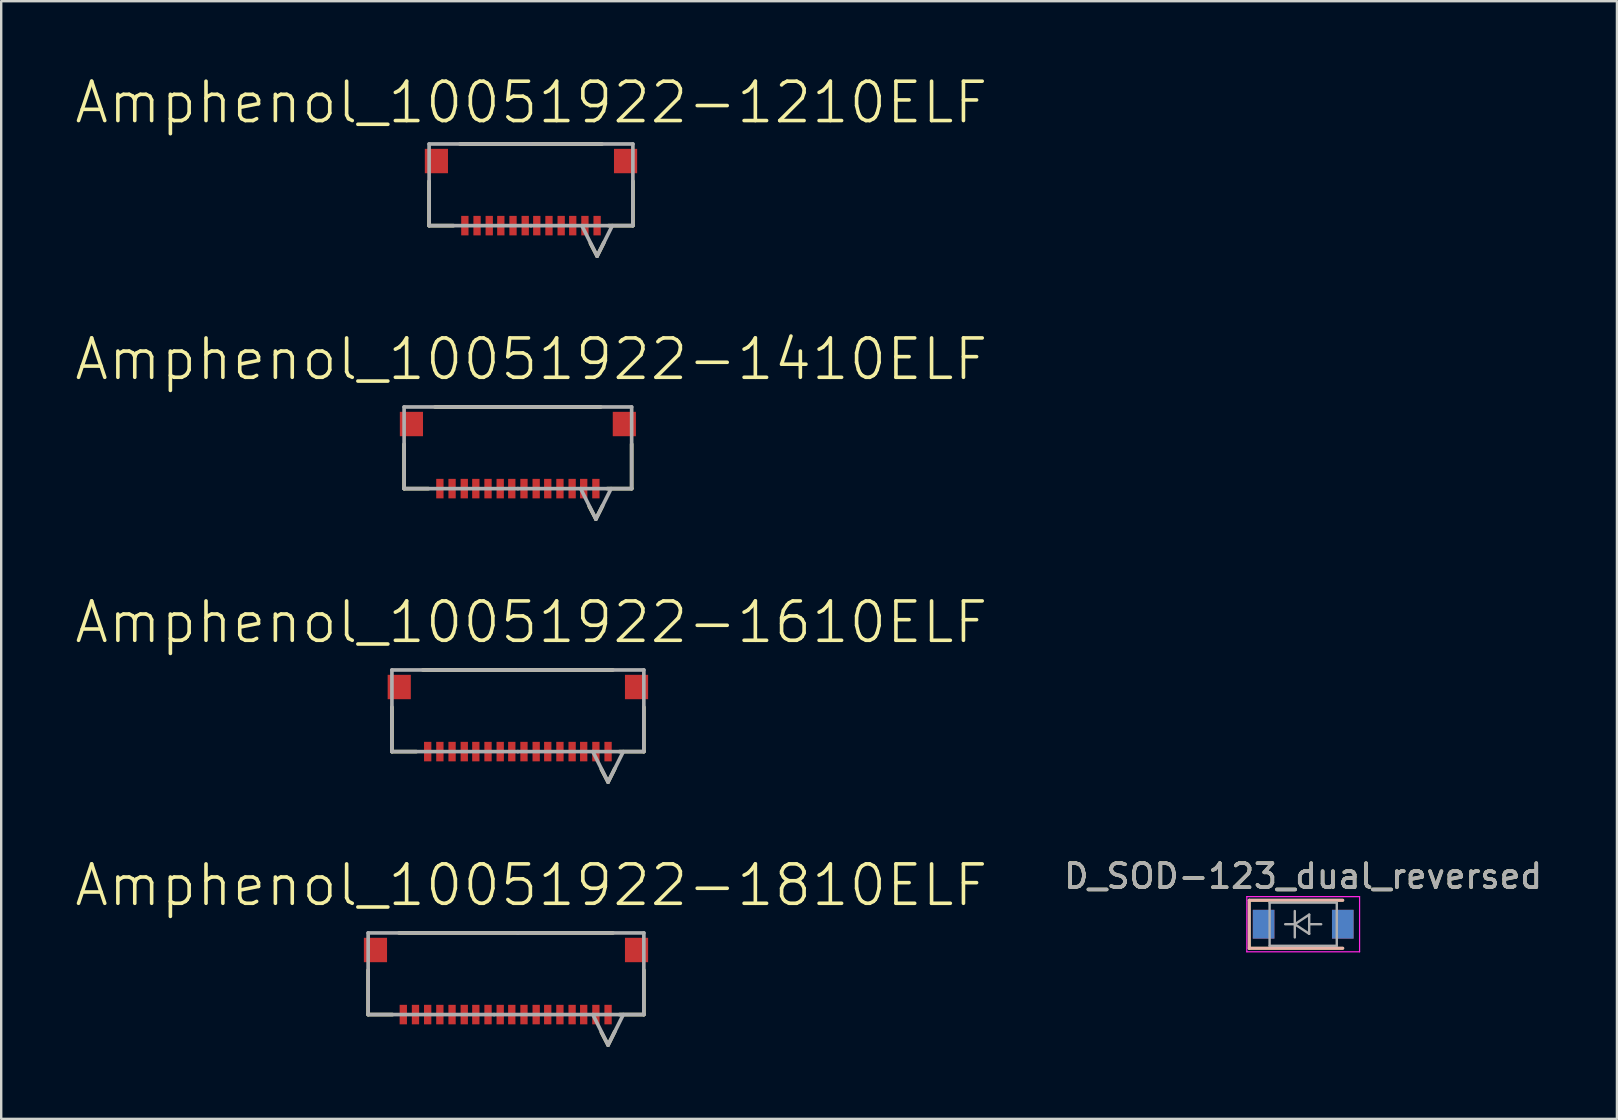
<source format=kicad_pcb>
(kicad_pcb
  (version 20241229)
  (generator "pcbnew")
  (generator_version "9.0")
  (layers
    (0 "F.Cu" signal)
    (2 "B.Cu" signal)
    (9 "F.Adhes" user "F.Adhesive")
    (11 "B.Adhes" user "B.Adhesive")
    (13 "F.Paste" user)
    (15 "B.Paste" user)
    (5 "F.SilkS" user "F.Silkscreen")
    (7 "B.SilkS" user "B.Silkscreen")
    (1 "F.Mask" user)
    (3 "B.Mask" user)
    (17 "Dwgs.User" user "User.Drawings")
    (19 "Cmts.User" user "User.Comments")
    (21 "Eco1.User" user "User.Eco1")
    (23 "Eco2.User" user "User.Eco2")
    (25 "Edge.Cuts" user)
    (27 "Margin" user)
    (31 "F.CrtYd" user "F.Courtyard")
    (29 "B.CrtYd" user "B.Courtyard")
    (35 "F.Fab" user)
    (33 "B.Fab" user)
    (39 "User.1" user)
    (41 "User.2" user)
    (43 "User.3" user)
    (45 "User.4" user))
  (footprint "Amphenol_10051922-1410ELF"
    (layer "F.Cu")
    (at 18.535 15.588)
    (property "Reference" "Amphenol_10051922-1410ELF" (at 0.559 -3.664 0) (layer "F.SilkS") (effects (font (size 1.641 1.641) (thickness 0.15))))
    (attr smd)
    (fp_line (start -4.742 1.727) (end -4.742 -0.127) (stroke (width 0.152) (type solid)) (layer "F.SilkS"))
    (fp_line (start -4.742 1.727) (end -3.726 1.727) (stroke (width 0.152) (type solid)) (layer "F.SilkS"))
    (fp_line (start 0 -1.676) (end -3.454 -1.676) (stroke (width 0.152) (type solid)) (layer "F.SilkS"))
    (fp_line (start 2.972 2.464) (end 3.251 2.997) (stroke (width 0.152) (type solid)) (layer "F.SilkS"))
    (fp_line (start 3.454 -1.676) (end 0 -1.676) (stroke (width 0.152) (type solid)) (layer "F.SilkS"))
    (fp_line (start 3.531 2.438) (end 3.251 2.997) (stroke (width 0.152) (type solid)) (layer "F.SilkS"))
    (fp_line (start 3.726 1.727) (end 4.742 1.727) (stroke (width 0.152) (type solid)) (layer "F.SilkS"))
    (fp_line (start 4.742 1.727) (end 4.742 -0.127) (stroke (width 0.152) (type solid)) (layer "F.SilkS"))
    (fp_line (start -4.742 -1.676) (end 0 -1.676) (stroke (width 0.152) (type solid)) (layer "F.Fab"))
    (fp_line (start -4.742 1.727) (end -4.742 -1.676) (stroke (width 0.152) (type solid)) (layer "F.Fab"))
    (fp_line (start -4.742 1.727) (end 0 1.727) (stroke (width 0.152) (type solid)) (layer "F.Fab"))
    (fp_line (start 0 -1.676) (end 4.742 -1.676) (stroke (width 0.152) (type solid)) (layer "F.Fab"))
    (fp_line (start 0 1.727) (end 4.742 1.727) (stroke (width 0.152) (type solid)) (layer "F.Fab"))
    (fp_line (start 2.616 1.727) (end 3.251 2.997) (stroke (width 0.152) (type solid)) (layer "F.Fab"))
    (fp_line (start 3.886 1.727) (end 3.251 2.997) (stroke (width 0.152) (type solid)) (layer "F.Fab"))
    (fp_line (start 4.742 1.727) (end 4.742 -1.676) (stroke (width 0.152) (type solid)) (layer "F.Fab"))
    (pad "1" smd rect (at 3.251 1.727 270) (size 0.813 0.305) (layers "F.Cu" "F.Mask" "F.Paste"))
    (pad "2" smd rect (at 2.743 1.727 270) (size 0.813 0.305) (layers "F.Cu" "F.Mask" "F.Paste"))
    (pad "3" smd rect (at 2.261 1.727 270) (size 0.813 0.305) (layers "F.Cu" "F.Mask" "F.Paste"))
    (pad "4" smd rect (at 1.753 1.727 270) (size 0.813 0.305) (layers "F.Cu" "F.Mask" "F.Paste"))
    (pad "5" smd rect (at 1.245 1.727 270) (size 0.813 0.305) (layers "F.Cu" "F.Mask" "F.Paste"))
    (pad "6" smd rect (at 0.762 1.727 270) (size 0.813 0.305) (layers "F.Cu" "F.Mask" "F.Paste"))
    (pad "7" smd rect (at 0.254 1.727 270) (size 0.813 0.305) (layers "F.Cu" "F.Mask" "F.Paste"))
    (pad "8" smd rect (at -0.254 1.727 270) (size 0.813 0.305) (layers "F.Cu" "F.Mask" "F.Paste"))
    (pad "9" smd rect (at -0.737 1.727 270) (size 0.813 0.305) (layers "F.Cu" "F.Mask" "F.Paste"))
    (pad "10" smd rect (at -1.245 1.727 270) (size 0.813 0.305) (layers "F.Cu" "F.Mask" "F.Paste"))
    (pad "11" smd rect (at -1.753 1.727 270) (size 0.813 0.305) (layers "F.Cu" "F.Mask" "F.Paste"))
    (pad "12" smd rect (at -2.235 1.727 270) (size 0.813 0.305) (layers "F.Cu" "F.Mask" "F.Paste"))
    (pad "13" smd rect (at -2.743 1.727 270) (size 0.813 0.305) (layers "F.Cu" "F.Mask" "F.Paste"))
    (pad "14" smd rect (at -3.251 1.727 270) (size 0.813 0.305) (layers "F.Cu" "F.Mask" "F.Paste"))
    (pad "MP" smd rect (at -4.437 -0.965) (size 0.965 1.016) (layers "F.Cu" "F.Mask" "F.Paste"))
    (pad "MP" smd rect (at 4.437 -0.965) (size 0.965 1.016) (layers "F.Cu" "F.Mask" "F.Paste")))
  (footprint "Amphenol_10051922-1810ELF"
    (layer "F.Cu")
    (at 18.052 37.51)
    (property "Reference" "Amphenol_10051922-1810ELF" (at 1.042 -3.664 0) (layer "F.SilkS") (effects (font (size 1.641 1.641) (thickness 0.15))))
    (attr smd)
    (fp_line (start -5.758 1.727) (end -5.758 -0.127) (stroke (width 0.152) (type solid)) (layer "F.SilkS"))
    (fp_line (start -5.758 1.727) (end -4.742 1.727) (stroke (width 0.152) (type solid)) (layer "F.SilkS"))
    (fp_line (start 0.483 -1.676) (end -4.47 -1.676) (stroke (width 0.152) (type solid)) (layer "F.SilkS"))
    (fp_line (start 3.962 2.464) (end 4.242 2.997) (stroke (width 0.152) (type solid)) (layer "F.SilkS"))
    (fp_line (start 4.445 -1.676) (end 0.483 -1.676) (stroke (width 0.152) (type solid)) (layer "F.SilkS"))
    (fp_line (start 4.521 2.438) (end 4.242 2.997) (stroke (width 0.152) (type solid)) (layer "F.SilkS"))
    (fp_line (start 4.717 1.727) (end 5.733 1.727) (stroke (width 0.152) (type solid)) (layer "F.SilkS"))
    (fp_line (start 5.733 1.727) (end 5.733 -0.127) (stroke (width 0.152) (type solid)) (layer "F.SilkS"))
    (fp_line (start -5.758 -1.676) (end 0.483 -1.676) (stroke (width 0.152) (type solid)) (layer "F.Fab"))
    (fp_line (start -5.758 1.727) (end -5.758 -1.676) (stroke (width 0.152) (type solid)) (layer "F.Fab"))
    (fp_line (start -5.758 1.727) (end -0.508 1.727) (stroke (width 0.152) (type solid)) (layer "F.Fab"))
    (fp_line (start -0.508 1.727) (end 5.733 1.727) (stroke (width 0.152) (type solid)) (layer "F.Fab"))
    (fp_line (start 0.483 -1.676) (end 5.733 -1.676) (stroke (width 0.152) (type solid)) (layer "F.Fab"))
    (fp_line (start 3.607 1.727) (end 4.242 2.997) (stroke (width 0.152) (type solid)) (layer "F.Fab"))
    (fp_line (start 4.877 1.727) (end 4.242 2.997) (stroke (width 0.152) (type solid)) (layer "F.Fab"))
    (fp_line (start 5.733 1.727) (end 5.733 -1.676) (stroke (width 0.152) (type solid)) (layer "F.Fab"))
    (pad "1" smd rect (at 4.242 1.727 270) (size 0.813 0.305) (layers "F.Cu" "F.Mask" "F.Paste"))
    (pad "2" smd rect (at 3.734 1.727 270) (size 0.813 0.305) (layers "F.Cu" "F.Mask" "F.Paste"))
    (pad "3" smd rect (at 3.226 1.727 270) (size 0.813 0.305) (layers "F.Cu" "F.Mask" "F.Paste"))
    (pad "4" smd rect (at 2.743 1.727 270) (size 0.813 0.305) (layers "F.Cu" "F.Mask" "F.Paste"))
    (pad "5" smd rect (at 2.235 1.727 270) (size 0.813 0.305) (layers "F.Cu" "F.Mask" "F.Paste"))
    (pad "6" smd rect (at 1.727 1.727 270) (size 0.813 0.305) (layers "F.Cu" "F.Mask" "F.Paste"))
    (pad "7" smd rect (at 1.245 1.727 270) (size 0.813 0.305) (layers "F.Cu" "F.Mask" "F.Paste"))
    (pad "8" smd rect (at 0.737 1.727 270) (size 0.813 0.305) (layers "F.Cu" "F.Mask" "F.Paste"))
    (pad "9" smd rect (at 0.229 1.727 270) (size 0.813 0.305) (layers "F.Cu" "F.Mask" "F.Paste"))
    (pad "10" smd rect (at -0.254 1.727 270) (size 0.813 0.305) (layers "F.Cu" "F.Mask" "F.Paste"))
    (pad "11" smd rect (at -0.762 1.727 270) (size 0.813 0.305) (layers "F.Cu" "F.Mask" "F.Paste"))
    (pad "12" smd rect (at -1.27 1.727 270) (size 0.813 0.305) (layers "F.Cu" "F.Mask" "F.Paste"))
    (pad "13" smd rect (at -1.753 1.727 270) (size 0.813 0.305) (layers "F.Cu" "F.Mask" "F.Paste"))
    (pad "14" smd rect (at -2.261 1.727 270) (size 0.813 0.305) (layers "F.Cu" "F.Mask" "F.Paste"))
    (pad "15" smd rect (at -2.769 1.727 270) (size 0.813 0.305) (layers "F.Cu" "F.Mask" "F.Paste"))
    (pad "16" smd rect (at -3.277 1.727 270) (size 0.813 0.305) (layers "F.Cu" "F.Mask" "F.Paste"))
    (pad "17" smd rect (at -3.785 1.727 270) (size 0.813 0.305) (layers "F.Cu" "F.Mask" "F.Paste"))
    (pad "18" smd rect (at -4.293 1.727 270) (size 0.813 0.305) (layers "F.Cu" "F.Mask" "F.Paste"))
    (pad "MP" smd rect (at -5.453 -0.965) (size 0.965 1.016) (layers "F.Cu" "F.Mask" "F.Paste"))
    (pad "MP" smd rect (at 5.428 -0.965) (size 0.965 1.016) (layers "F.Cu" "F.Mask" "F.Paste")))
  (footprint "Amphenol_10051922-1610ELF"
    (layer "F.Cu")
    (at 18.535 26.549)
    (property "Reference" "Amphenol_10051922-1610ELF" (at 0.559 -3.664 0) (layer "F.SilkS") (effects (font (size 1.641 1.641) (thickness 0.15))))
    (attr smd)
    (fp_line (start -5.25 1.727) (end -5.25 -0.127) (stroke (width 0.152) (type solid)) (layer "F.SilkS"))
    (fp_line (start -5.25 1.727) (end -4.234 1.727) (stroke (width 0.152) (type solid)) (layer "F.SilkS"))
    (fp_line (start 0 -1.676) (end -3.962 -1.676) (stroke (width 0.152) (type solid)) (layer "F.SilkS"))
    (fp_line (start 3.48 2.464) (end 3.759 2.997) (stroke (width 0.152) (type solid)) (layer "F.SilkS"))
    (fp_line (start 3.962 -1.676) (end 0 -1.676) (stroke (width 0.152) (type solid)) (layer "F.SilkS"))
    (fp_line (start 4.039 2.438) (end 3.759 2.997) (stroke (width 0.152) (type solid)) (layer "F.SilkS"))
    (fp_line (start 4.234 1.727) (end 5.25 1.727) (stroke (width 0.152) (type solid)) (layer "F.SilkS"))
    (fp_line (start 5.25 1.727) (end 5.25 -0.127) (stroke (width 0.152) (type solid)) (layer "F.SilkS"))
    (fp_line (start -5.25 -1.676) (end 0 -1.676) (stroke (width 0.152) (type solid)) (layer "F.Fab"))
    (fp_line (start -5.25 1.727) (end -5.25 -1.676) (stroke (width 0.152) (type solid)) (layer "F.Fab"))
    (fp_line (start -5.25 1.727) (end 0 1.727) (stroke (width 0.152) (type solid)) (layer "F.Fab"))
    (fp_line (start 0 -1.676) (end 5.25 -1.676) (stroke (width 0.152) (type solid)) (layer "F.Fab"))
    (fp_line (start 0 1.727) (end 5.25 1.727) (stroke (width 0.152) (type solid)) (layer "F.Fab"))
    (fp_line (start 3.124 1.727) (end 3.759 2.997) (stroke (width 0.152) (type solid)) (layer "F.Fab"))
    (fp_line (start 4.394 1.727) (end 3.759 2.997) (stroke (width 0.152) (type solid)) (layer "F.Fab"))
    (fp_line (start 5.25 1.727) (end 5.25 -1.676) (stroke (width 0.152) (type solid)) (layer "F.Fab"))
    (pad "1" smd rect (at 3.759 1.727 270) (size 0.813 0.305) (layers "F.Cu" "F.Mask" "F.Paste"))
    (pad "2" smd rect (at 3.251 1.727 270) (size 0.813 0.305) (layers "F.Cu" "F.Mask" "F.Paste"))
    (pad "3" smd rect (at 2.743 1.727 270) (size 0.813 0.305) (layers "F.Cu" "F.Mask" "F.Paste"))
    (pad "4" smd rect (at 2.261 1.727 270) (size 0.813 0.305) (layers "F.Cu" "F.Mask" "F.Paste"))
    (pad "5" smd rect (at 1.753 1.727 270) (size 0.813 0.305) (layers "F.Cu" "F.Mask" "F.Paste"))
    (pad "6" smd rect (at 1.245 1.727 270) (size 0.813 0.305) (layers "F.Cu" "F.Mask" "F.Paste"))
    (pad "7" smd rect (at 0.762 1.727 270) (size 0.813 0.305) (layers "F.Cu" "F.Mask" "F.Paste"))
    (pad "8" smd rect (at 0.254 1.727 270) (size 0.813 0.305) (layers "F.Cu" "F.Mask" "F.Paste"))
    (pad "9" smd rect (at -0.254 1.727 270) (size 0.813 0.305) (layers "F.Cu" "F.Mask" "F.Paste"))
    (pad "10" smd rect (at -0.737 1.727 270) (size 0.813 0.305) (layers "F.Cu" "F.Mask" "F.Paste"))
    (pad "11" smd rect (at -1.245 1.727 270) (size 0.813 0.305) (layers "F.Cu" "F.Mask" "F.Paste"))
    (pad "12" smd rect (at -1.753 1.727 270) (size 0.813 0.305) (layers "F.Cu" "F.Mask" "F.Paste"))
    (pad "13" smd rect (at -2.235 1.727 270) (size 0.813 0.305) (layers "F.Cu" "F.Mask" "F.Paste"))
    (pad "14" smd rect (at -2.743 1.727 270) (size 0.813 0.305) (layers "F.Cu" "F.Mask" "F.Paste"))
    (pad "15" smd rect (at -3.251 1.727 270) (size 0.813 0.305) (layers "F.Cu" "F.Mask" "F.Paste"))
    (pad "16" smd rect (at -3.759 1.727 270) (size 0.813 0.305) (layers "F.Cu" "F.Mask" "F.Paste"))
    (pad "MP" smd rect (at -4.945 -0.965) (size 0.965 1.016) (layers "F.Cu" "F.Mask" "F.Paste"))
    (pad "MP" smd rect (at 4.945 -0.965) (size 0.965 1.016) (layers "F.Cu" "F.Mask" "F.Paste")))
  (footprint "D_SOD-123_dual_reversed"
    (layer "F.Cu")
    (at 51.266 35.471)
    (property "Reference" "D_SOD-123_dual_reversed" (at 0 -2 0) (layer "F.SilkS") (effects (font (size 1 1) (thickness 0.15))))
    (attr smd)
    (fp_line (start -2.25 -1) (end -2.25 1) (stroke (width 0.12) (type solid)) (layer "F.SilkS"))
    (fp_line (start -2.25 -1) (end 1.65 -1) (stroke (width 0.12) (type solid)) (layer "F.SilkS"))
    (fp_line (start -2.25 1) (end 1.65 1) (stroke (width 0.12) (type solid)) (layer "F.SilkS"))
    (fp_line (start -2.25 -1) (end -2.25 1) (stroke (width 0.12) (type solid)) (layer "B.SilkS"))
    (fp_line (start -2.25 -1) (end 1.65 -1) (stroke (width 0.12) (type solid)) (layer "B.SilkS"))
    (fp_line (start -2.25 1) (end 1.65 1) (stroke (width 0.12) (type solid)) (layer "B.SilkS"))
    (fp_line (start -2.35 -1.15) (end -2.35 1.15) (stroke (width 0.05) (type solid)) (layer "F.CrtYd"))
    (fp_line (start -2.35 -1.15) (end 2.35 -1.15) (stroke (width 0.05) (type solid)) (layer "F.CrtYd"))
    (fp_line (start 2.35 -1.15) (end 2.35 1.15) (stroke (width 0.05) (type solid)) (layer "F.CrtYd"))
    (fp_line (start 2.35 1.15) (end -2.35 1.15) (stroke (width 0.05) (type solid)) (layer "F.CrtYd"))
    (fp_line (start -1.4 -0.9) (end 1.4 -0.9) (stroke (width 0.1) (type solid)) (layer "F.Fab"))
    (fp_line (start -1.4 0.9) (end -1.4 -0.9) (stroke (width 0.1) (type solid)) (layer "F.Fab"))
    (fp_line (start -0.75 0) (end -0.35 0) (stroke (width 0.1) (type solid)) (layer "F.Fab"))
    (fp_line (start -0.35 0) (end -0.35 -0.55) (stroke (width 0.1) (type solid)) (layer "F.Fab"))
    (fp_line (start -0.35 0) (end -0.35 0.55) (stroke (width 0.1) (type solid)) (layer "F.Fab"))
    (fp_line (start -0.35 0) (end 0.25 -0.4) (stroke (width 0.1) (type solid)) (layer "F.Fab"))
    (fp_line (start 0.25 -0.4) (end 0.25 0.4) (stroke (width 0.1) (type solid)) (layer "F.Fab"))
    (fp_line (start 0.25 0) (end 0.75 0) (stroke (width 0.1) (type solid)) (layer "F.Fab"))
    (fp_line (start 0.25 0.4) (end -0.35 0) (stroke (width 0.1) (type solid)) (layer "F.Fab"))
    (fp_line (start 1.4 -0.9) (end 1.4 0.9) (stroke (width 0.1) (type solid)) (layer "F.Fab"))
    (fp_line (start 1.4 0.9) (end -1.4 0.9) (stroke (width 0.1) (type solid)) (layer "F.Fab"))
    (fp_text user "${REFERENCE}" (at 0 -2 0) (layer "F.Fab") (effects (font (size 1 1) (thickness 0.15))))
    (pad "1" smd rect (at -1.65 0) (size 0.9 1.2) (layers "F.Cu" "F.Mask" "F.Paste"))
    (pad "1" smd rect (at -1.65 0) (size 0.9 1.2) (layers "B.Cu" "B.Mask" "B.Paste"))
    (pad "2" smd rect (at 1.65 0) (size 0.9 1.2) (layers "F.Cu" "F.Mask" "F.Paste"))
    (pad "2" smd rect (at 1.65 0) (size 0.9 1.2) (layers "B.Cu" "B.Mask" "B.Paste")))
  (footprint "Amphenol_10051922-1210ELF"
    (layer "F.Cu")
    (at 19.094 4.627)
    (property "Reference" "Amphenol_10051922-1210ELF" (at 0 -3.404 0) (layer "F.SilkS") (effects (font (size 1.641 1.641) (thickness 0.15))))
    (attr smd)
    (fp_line (start -4.259 1.727) (end -4.259 -0.127) (stroke (width 0.152) (type solid)) (layer "F.SilkS"))
    (fp_line (start -4.259 1.727) (end -3.243 1.727) (stroke (width 0.152) (type solid)) (layer "F.SilkS"))
    (fp_line (start -0.013 -1.676) (end -2.972 -1.676) (stroke (width 0.152) (type solid)) (layer "F.SilkS"))
    (fp_line (start 2.464 2.464) (end 2.743 2.997) (stroke (width 0.152) (type solid)) (layer "F.SilkS"))
    (fp_line (start 2.946 -1.676) (end -0.013 -1.676) (stroke (width 0.152) (type solid)) (layer "F.SilkS"))
    (fp_line (start 3.023 2.438) (end 2.743 2.997) (stroke (width 0.152) (type solid)) (layer "F.SilkS"))
    (fp_line (start 3.218 1.727) (end 4.234 1.727) (stroke (width 0.152) (type solid)) (layer "F.SilkS"))
    (fp_line (start 4.234 1.727) (end 4.234 -0.127) (stroke (width 0.152) (type solid)) (layer "F.SilkS"))
    (fp_line (start -4.259 -1.676) (end -0.013 -1.676) (stroke (width 0.152) (type solid)) (layer "F.Fab"))
    (fp_line (start -4.259 1.727) (end -4.259 -1.676) (stroke (width 0.152) (type solid)) (layer "F.Fab"))
    (fp_line (start -4.259 1.727) (end -0.013 1.727) (stroke (width 0.152) (type solid)) (layer "F.Fab"))
    (fp_line (start -0.013 -1.676) (end 4.234 -1.676) (stroke (width 0.152) (type solid)) (layer "F.Fab"))
    (fp_line (start -0.013 1.727) (end 4.234 1.727) (stroke (width 0.152) (type solid)) (layer "F.Fab"))
    (fp_line (start 2.108 1.727) (end 2.743 2.997) (stroke (width 0.152) (type solid)) (layer "F.Fab"))
    (fp_line (start 3.378 1.727) (end 2.743 2.997) (stroke (width 0.152) (type solid)) (layer "F.Fab"))
    (fp_line (start 4.234 1.727) (end 4.234 -1.676) (stroke (width 0.152) (type solid)) (layer "F.Fab"))
    (pad "1" smd rect (at 2.743 1.727 270) (size 0.813 0.305) (layers "F.Cu" "F.Mask" "F.Paste"))
    (pad "2" smd rect (at 2.235 1.727 270) (size 0.813 0.305) (layers "F.Cu" "F.Mask" "F.Paste"))
    (pad "3" smd rect (at 1.727 1.727 270) (size 0.813 0.305) (layers "F.Cu" "F.Mask" "F.Paste"))
    (pad "4" smd rect (at 1.245 1.727 270) (size 0.813 0.305) (layers "F.Cu" "F.Mask" "F.Paste"))
    (pad "5" smd rect (at 0.737 1.727 270) (size 0.813 0.305) (layers "F.Cu" "F.Mask" "F.Paste"))
    (pad "6" smd rect (at 0.229 1.727 270) (size 0.813 0.305) (layers "F.Cu" "F.Mask" "F.Paste"))
    (pad "7" smd rect (at -0.254 1.727 270) (size 0.813 0.305) (layers "F.Cu" "F.Mask" "F.Paste"))
    (pad "8" smd rect (at -0.762 1.727 270) (size 0.813 0.305) (layers "F.Cu" "F.Mask" "F.Paste"))
    (pad "9" smd rect (at -1.27 1.727 270) (size 0.813 0.305) (layers "F.Cu" "F.Mask" "F.Paste"))
    (pad "10" smd rect (at -1.753 1.727 270) (size 0.813 0.305) (layers "F.Cu" "F.Mask" "F.Paste"))
    (pad "11" smd rect (at -2.261 1.727 270) (size 0.813 0.305) (layers "F.Cu" "F.Mask" "F.Paste"))
    (pad "12" smd rect (at -2.769 1.727 270) (size 0.813 0.305) (layers "F.Cu" "F.Mask" "F.Paste"))
    (pad "MP" smd rect (at -3.955 -0.965) (size 0.965 1.016) (layers "F.Cu" "F.Mask" "F.Paste"))
    (pad "MP" smd rect (at 3.929 -0.965) (size 0.965 1.016) (layers "F.Cu" "F.Mask" "F.Paste")))
  (gr_rect
    (start -3 -3)
    (end 64.343 43.583)
    (stroke (width 0.1) (type default))
    (fill no)
    (layer "Edge.Cuts")))
</source>
